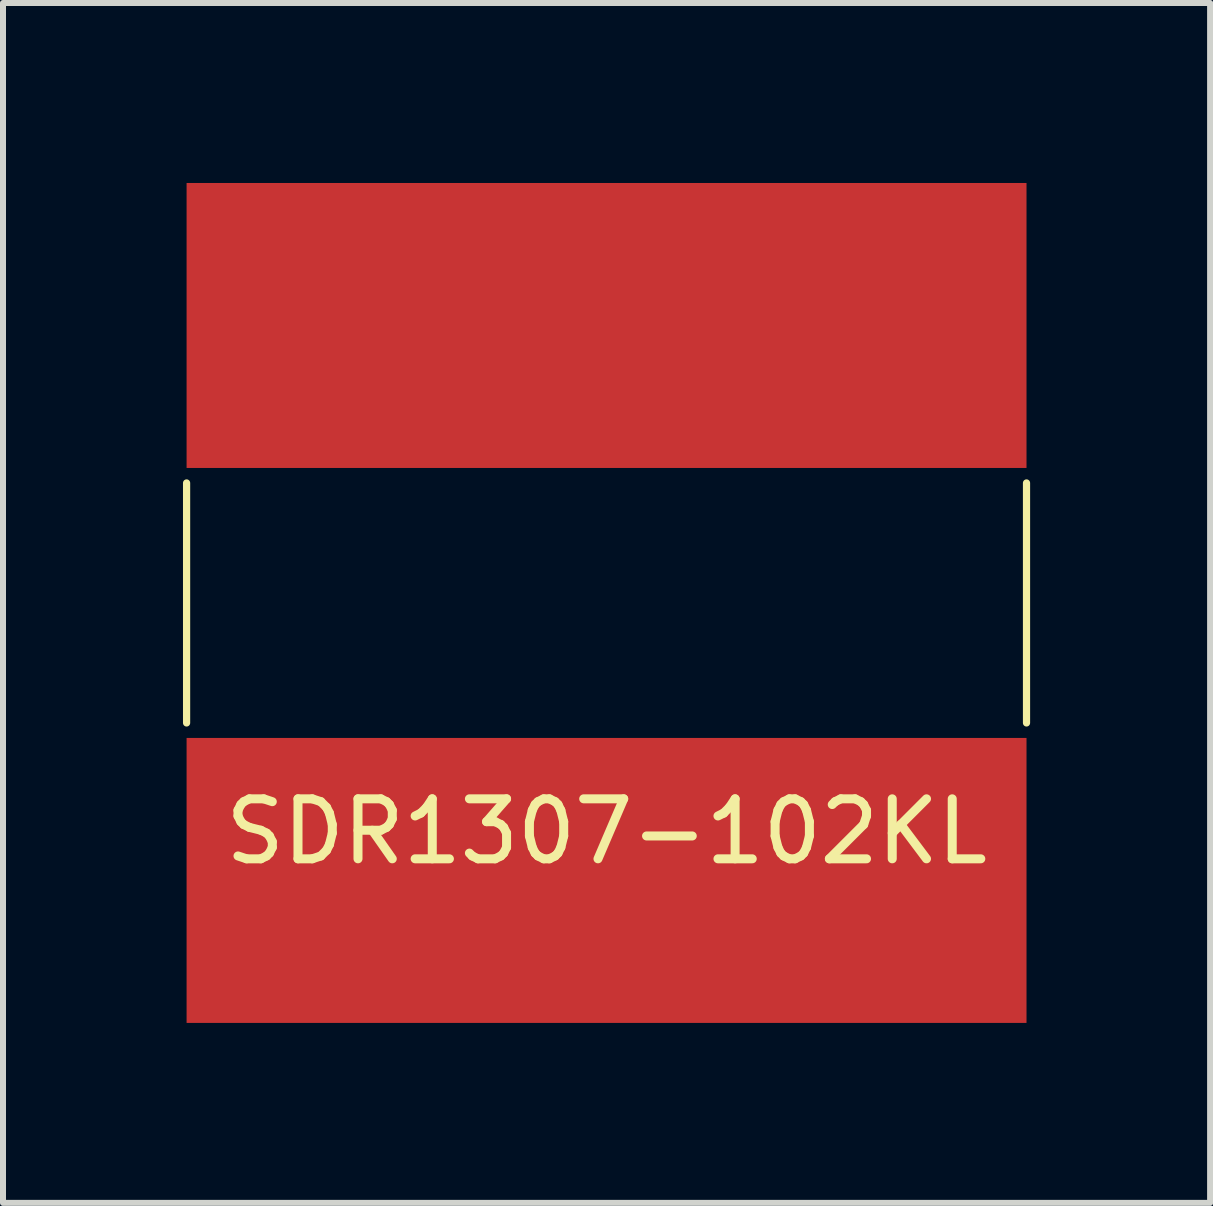
<source format=kicad_pcb>
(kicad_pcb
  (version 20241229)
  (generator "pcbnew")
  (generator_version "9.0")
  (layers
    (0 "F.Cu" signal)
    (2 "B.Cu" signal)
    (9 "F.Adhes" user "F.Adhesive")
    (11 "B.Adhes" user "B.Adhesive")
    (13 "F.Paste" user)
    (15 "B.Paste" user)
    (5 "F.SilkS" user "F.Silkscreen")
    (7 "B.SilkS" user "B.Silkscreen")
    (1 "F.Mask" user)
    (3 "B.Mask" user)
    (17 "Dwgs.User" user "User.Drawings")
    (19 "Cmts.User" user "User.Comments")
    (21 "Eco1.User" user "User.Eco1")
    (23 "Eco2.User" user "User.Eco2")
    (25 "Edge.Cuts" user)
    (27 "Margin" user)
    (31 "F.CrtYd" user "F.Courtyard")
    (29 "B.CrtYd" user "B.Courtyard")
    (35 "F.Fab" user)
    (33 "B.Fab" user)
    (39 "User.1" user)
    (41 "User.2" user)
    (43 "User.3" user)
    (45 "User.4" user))
  (footprint "SDR1307-102KL"
    (layer "F.Cu")
    (at 7.06 7)
    (property "Reference" "SDR1307-102KL" (at 0 3.81 0) (layer "F.SilkS") (effects (font (size 1 1) (thickness 0.15))))
    (attr through_hole)
    (fp_line (start -7 -2) (end -7 2) (stroke (width 0.12) (type solid)) (layer "F.SilkS"))
    (fp_line (start 7 -2) (end 7 2) (stroke (width 0.12) (type solid)) (layer "F.SilkS"))
    (pad "1" smd rect (at 0 4.625) (size 14 4.75) (layers "F.Cu" "F.Mask" "F.Paste"))
    (pad "2" smd rect (at 0 -4.625) (size 14 4.75) (layers "F.Cu" "F.Mask" "F.Paste")))
  (gr_rect
    (start -3 -3)
    (end 17.12 17)
    (stroke (width 0.1) (type default))
    (fill no)
    (layer "Edge.Cuts")))
</source>
